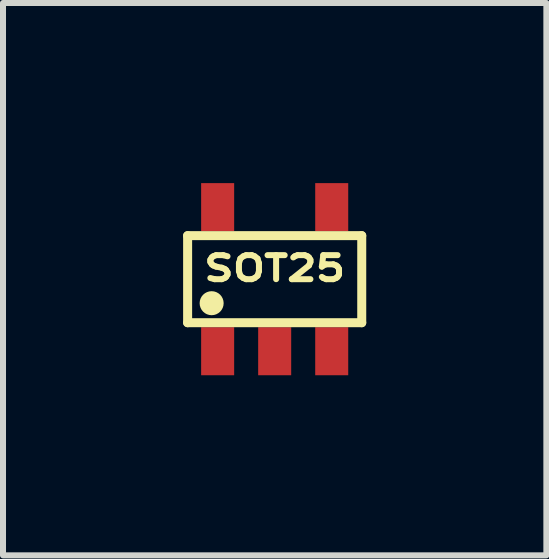
<source format=kicad_pcb>
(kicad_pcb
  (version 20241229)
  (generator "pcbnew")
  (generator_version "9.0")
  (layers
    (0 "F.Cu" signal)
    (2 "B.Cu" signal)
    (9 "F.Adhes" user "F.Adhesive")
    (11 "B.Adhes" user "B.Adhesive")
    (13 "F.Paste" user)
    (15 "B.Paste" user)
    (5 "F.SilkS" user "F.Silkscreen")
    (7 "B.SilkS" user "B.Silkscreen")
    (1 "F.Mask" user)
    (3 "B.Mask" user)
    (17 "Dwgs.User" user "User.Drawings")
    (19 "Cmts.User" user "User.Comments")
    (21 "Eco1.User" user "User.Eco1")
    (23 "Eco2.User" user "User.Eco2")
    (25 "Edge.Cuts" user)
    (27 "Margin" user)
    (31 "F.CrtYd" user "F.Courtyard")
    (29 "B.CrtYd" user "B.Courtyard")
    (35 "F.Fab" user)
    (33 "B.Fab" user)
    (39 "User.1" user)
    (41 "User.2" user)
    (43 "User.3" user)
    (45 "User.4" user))
  (footprint "SOT25"
    (layer "F.Cu")
    (at 1.525 1.6)
    (property "Reference" "SOT25" (at 0 -0.18 0) (layer "F.SilkS") (effects (font (size 0.4 0.5) (thickness 0.1))))
    (attr smd)
    (fp_line (start -1.45 -0.725) (end 1.45 -0.725) (stroke (width 0.15) (type solid)) (layer "F.SilkS"))
    (fp_line (start -1.45 0.725) (end -1.45 -0.725) (stroke (width 0.15) (type solid)) (layer "F.SilkS"))
    (fp_line (start 1.45 -0.725) (end 1.45 0.725) (stroke (width 0.15) (type solid)) (layer "F.SilkS"))
    (fp_line (start 1.45 0.725) (end -1.45 0.725) (stroke (width 0.15) (type solid)) (layer "F.SilkS"))
    (fp_circle (center -1.05 0.4) (end -0.95 0.4) (stroke (width 0.2) (type solid)) (fill no) (layer "F.SilkS"))
    (pad "1" smd rect (at -0.95 1.2) (size 0.55 0.8) (layers "F.Cu" "F.Mask" "F.Paste"))
    (pad "2" smd rect (at 0 1.2) (size 0.55 0.8) (layers "F.Cu" "F.Mask" "F.Paste"))
    (pad "3" smd rect (at 0.95 1.2) (size 0.55 0.8) (layers "F.Cu" "F.Mask" "F.Paste"))
    (pad "4" smd rect (at 0.95 -1.2) (size 0.55 0.8) (layers "F.Cu" "F.Mask" "F.Paste"))
    (pad "5" smd rect (at -0.95 -1.2) (size 0.55 0.8) (layers "F.Cu" "F.Mask" "F.Paste")))
  (gr_rect
    (start -3 -3)
    (end 6.05 6.2)
    (stroke (width 0.1) (type default))
    (fill no)
    (layer "Edge.Cuts")))
</source>
